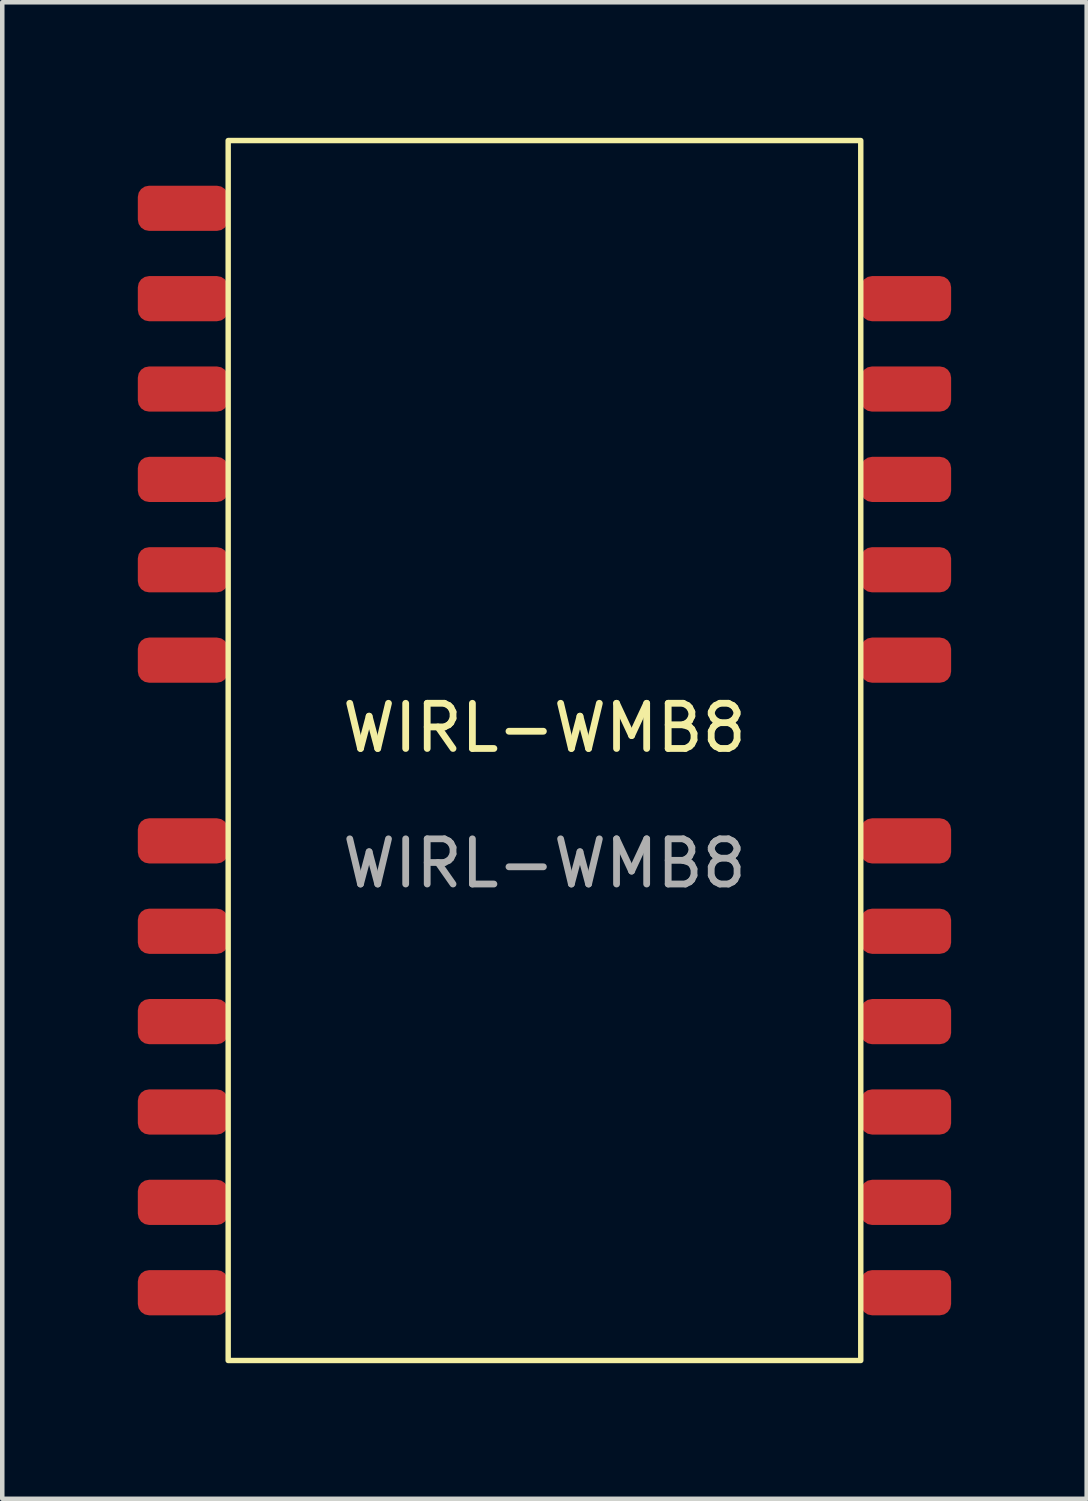
<source format=kicad_pcb>
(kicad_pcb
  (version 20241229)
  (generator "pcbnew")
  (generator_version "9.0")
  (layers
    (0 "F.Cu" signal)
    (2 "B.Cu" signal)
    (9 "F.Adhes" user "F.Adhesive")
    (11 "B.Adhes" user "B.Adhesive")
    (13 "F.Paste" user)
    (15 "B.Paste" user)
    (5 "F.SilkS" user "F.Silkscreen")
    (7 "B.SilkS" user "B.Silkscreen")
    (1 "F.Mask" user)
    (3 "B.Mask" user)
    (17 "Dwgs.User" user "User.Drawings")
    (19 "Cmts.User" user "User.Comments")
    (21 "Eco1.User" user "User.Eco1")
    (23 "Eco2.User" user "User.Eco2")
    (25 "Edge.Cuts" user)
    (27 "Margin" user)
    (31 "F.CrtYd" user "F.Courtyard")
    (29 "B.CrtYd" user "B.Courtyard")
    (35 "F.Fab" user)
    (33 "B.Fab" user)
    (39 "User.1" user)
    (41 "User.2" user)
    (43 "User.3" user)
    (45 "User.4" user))
  (footprint "WIRL-WMB8"
    (layer "F.Cu")
    (at 9 13.56)
    (property "Reference" "WIRL-WMB8" (at 0 -0.5 0) (unlocked yes) (layer "F.SilkS") (effects (font (size 1 1) (thickness 0.15))))
    (attr smd)
    (fp_rect (start -7 -13.5) (end 7 13.5) (stroke (width 0.12) (type solid)) (fill no) (layer "F.SilkS"))
    (fp_text user "${REFERENCE}" (at 0 2.5 0) (unlocked yes) (layer "F.Fab") (effects (font (size 1 1) (thickness 0.15))))
    (pad "1" smd roundrect (at -8 -12) (size 2 1) (layers "F.Cu" "F.Mask" "F.Paste") (roundrect_rratio 0.25))
    (pad "2" smd roundrect (at -8 -10) (size 2 1) (layers "F.Cu" "F.Mask" "F.Paste") (roundrect_rratio 0.25))
    (pad "3" smd roundrect (at -8 -8) (size 2 1) (layers "F.Cu" "F.Mask" "F.Paste") (roundrect_rratio 0.25))
    (pad "4" smd roundrect (at -8 -6) (size 2 1) (layers "F.Cu" "F.Mask" "F.Paste") (roundrect_rratio 0.25))
    (pad "5" smd roundrect (at -8 -4) (size 2 1) (layers "F.Cu" "F.Mask" "F.Paste") (roundrect_rratio 0.25))
    (pad "6" smd roundrect (at -8 -2) (size 2 1) (layers "F.Cu" "F.Mask" "F.Paste") (roundrect_rratio 0.25))
    (pad "7" smd roundrect (at -8 2) (size 2 1) (layers "F.Cu" "F.Mask" "F.Paste") (roundrect_rratio 0.25))
    (pad "8" smd roundrect (at -8 4) (size 2 1) (layers "F.Cu" "F.Mask" "F.Paste") (roundrect_rratio 0.25))
    (pad "9" smd roundrect (at -8 6) (size 2 1) (layers "F.Cu" "F.Mask" "F.Paste") (roundrect_rratio 0.25))
    (pad "10" smd roundrect (at -8 8) (size 2 1) (layers "F.Cu" "F.Mask" "F.Paste") (roundrect_rratio 0.25))
    (pad "11" smd roundrect (at -8 10) (size 2 1) (layers "F.Cu" "F.Mask" "F.Paste") (roundrect_rratio 0.25))
    (pad "12" smd roundrect (at -8 12) (size 2 1) (layers "F.Cu" "F.Mask" "F.Paste") (roundrect_rratio 0.25))
    (pad "13" smd roundrect (at 8 12) (size 2 1) (layers "F.Cu" "F.Mask" "F.Paste") (roundrect_rratio 0.25))
    (pad "14" smd roundrect (at 8 10) (size 2 1) (layers "F.Cu" "F.Mask" "F.Paste") (roundrect_rratio 0.25))
    (pad "15" smd roundrect (at 8 8) (size 2 1) (layers "F.Cu" "F.Mask" "F.Paste") (roundrect_rratio 0.25))
    (pad "16" smd roundrect (at 8 6) (size 2 1) (layers "F.Cu" "F.Mask" "F.Paste") (roundrect_rratio 0.25))
    (pad "17" smd roundrect (at 8 4) (size 2 1) (layers "F.Cu" "F.Mask" "F.Paste") (roundrect_rratio 0.25))
    (pad "18" smd roundrect (at 8 2) (size 2 1) (layers "F.Cu" "F.Mask" "F.Paste") (roundrect_rratio 0.25))
    (pad "19" smd roundrect (at 8 -2) (size 2 1) (layers "F.Cu" "F.Mask" "F.Paste") (roundrect_rratio 0.25))
    (pad "20" smd roundrect (at 8 -4) (size 2 1) (layers "F.Cu" "F.Mask" "F.Paste") (roundrect_rratio 0.25))
    (pad "21" smd roundrect (at 8 -6) (size 2 1) (layers "F.Cu" "F.Mask" "F.Paste") (roundrect_rratio 0.25))
    (pad "22" smd roundrect (at 8 -8) (size 2 1) (layers "F.Cu" "F.Mask" "F.Paste") (roundrect_rratio 0.25))
    (pad "23" smd roundrect (at 8 -10) (size 2 1) (layers "F.Cu" "F.Mask" "F.Paste") (roundrect_rratio 0.25)))
  (gr_rect
    (start -3 -3)
    (end 21 30.12)
    (stroke (width 0.1) (type default))
    (fill no)
    (layer "Edge.Cuts")))
</source>
